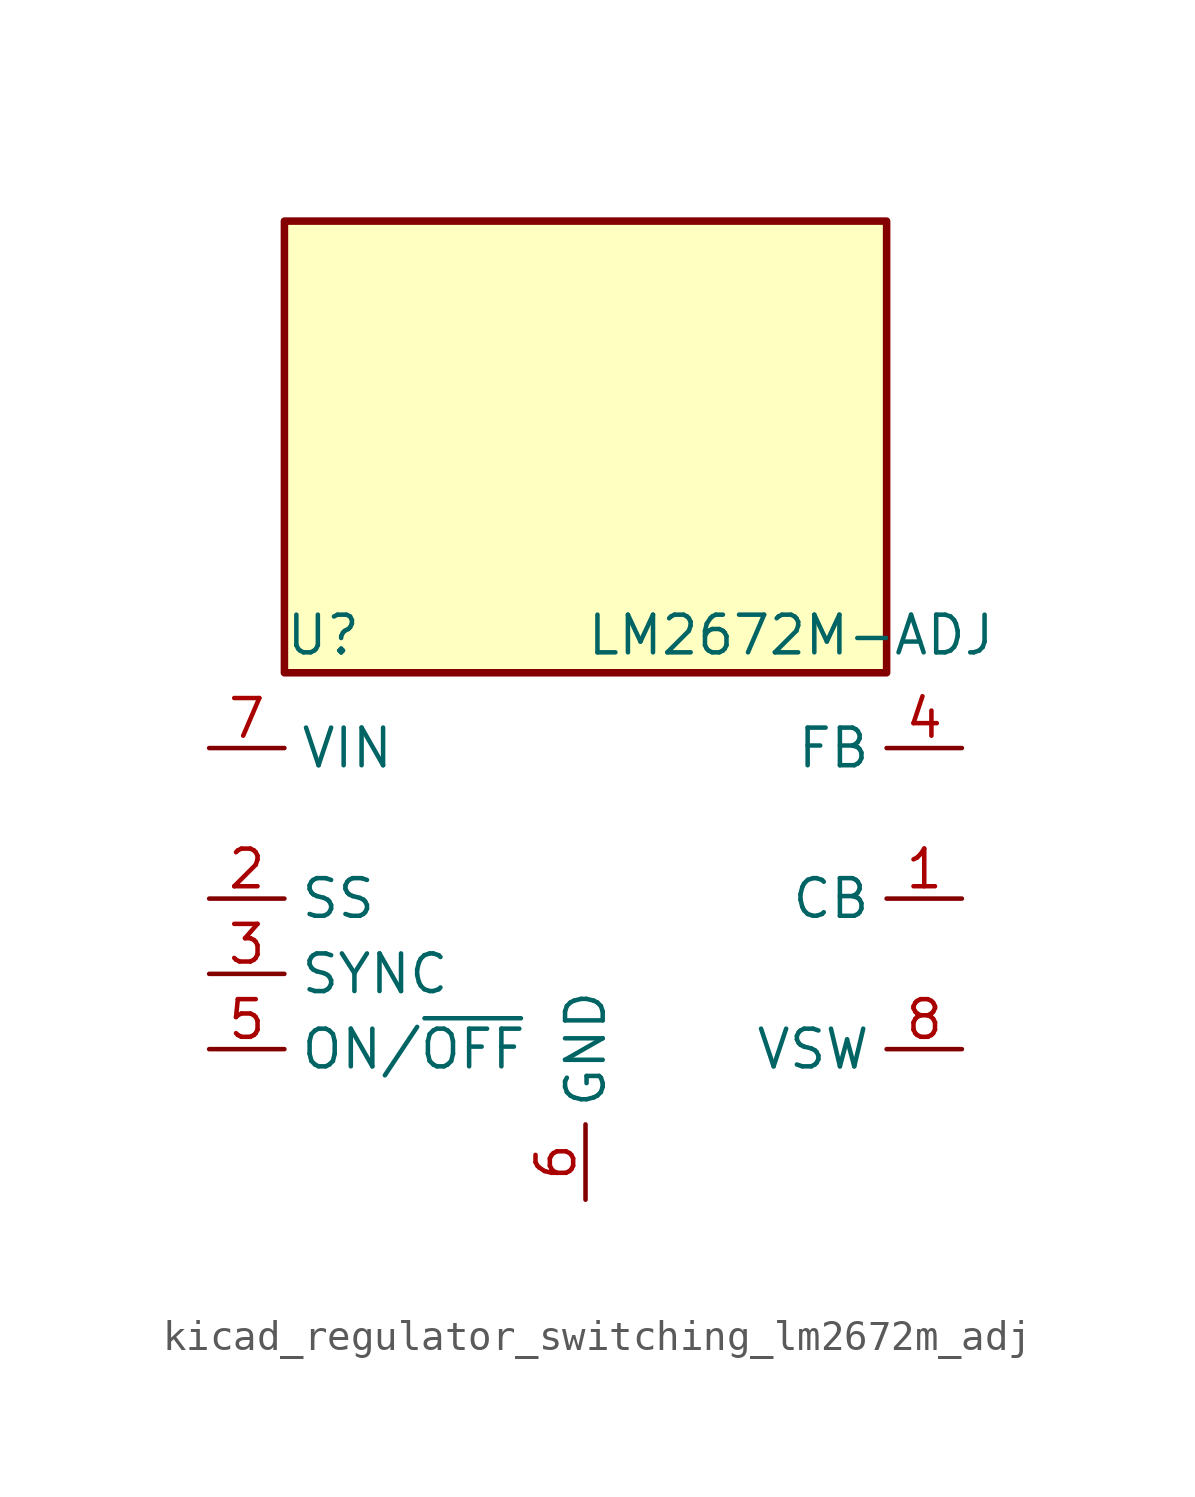
<source format=kicad_sym>
(kicad_symbol_lib
  (version 20220914)
  (generator kicad_symbol_editor)
  (symbol "kicad_regulator_switching_lm2672m_adj"
    (property "Reference" "U"
      (at -10.16 8.89 0)
      (effects (font (size 1.27 1.27)) (justify left)))
    (property "Value" "LM2672M-ADJ"
      (at 0 8.89 0)
      (effects (font (size 1.27 1.27)) (justify left)))
    (symbol "kicad_regulator_switching_lm2672m_adj_0_1"
      (rectangle (start 10.16 22.86) (end -10.16 7.62) (stroke (width 0.254) (type default)) (fill (type background))))
    (symbol "kicad_regulator_switching_lm2672m_adj_1_1"
      (pin input line (at 12.7 0 180) (length 2.54) (name "CB" (effects (font (size 1.27 1.27)))) (number "1" (effects (font (size 1.27 1.27)))))
      (pin input line (at -12.7 0 0) (length 2.54) (name "SS" (effects (font (size 1.27 1.27)))) (number "2" (effects (font (size 1.27 1.27)))))
      (pin input line (at -12.7 -2.54 0) (length 2.54) (name "SYNC" (effects (font (size 1.27 1.27)))) (number "3" (effects (font (size 1.27 1.27)))))
      (pin input line (at 12.7 5.08 180) (length 2.54) (name "FB" (effects (font (size 1.27 1.27)))) (number "4" (effects (font (size 1.27 1.27)))))
      (pin input line (at -12.7 -5.08 0) (length 2.54) (name "ON/~{OFF}" (effects (font (size 1.27 1.27)))) (number "5" (effects (font (size 1.27 1.27)))))
      (pin power_in line (at 0 -10.16 90) (length 2.54) (name "GND" (effects (font (size 1.27 1.27)))) (number "6" (effects (font (size 1.27 1.27)))))
      (pin power_in line (at -12.7 5.08 0) (length 2.54) (name "VIN" (effects (font (size 1.27 1.27)))) (number "7" (effects (font (size 1.27 1.27)))))
      (pin output line (at 12.7 -5.08 180) (length 2.54) (name "VSW" (effects (font (size 1.27 1.27)))) (number "8" (effects (font (size 1.27 1.27))))))))
</source>
